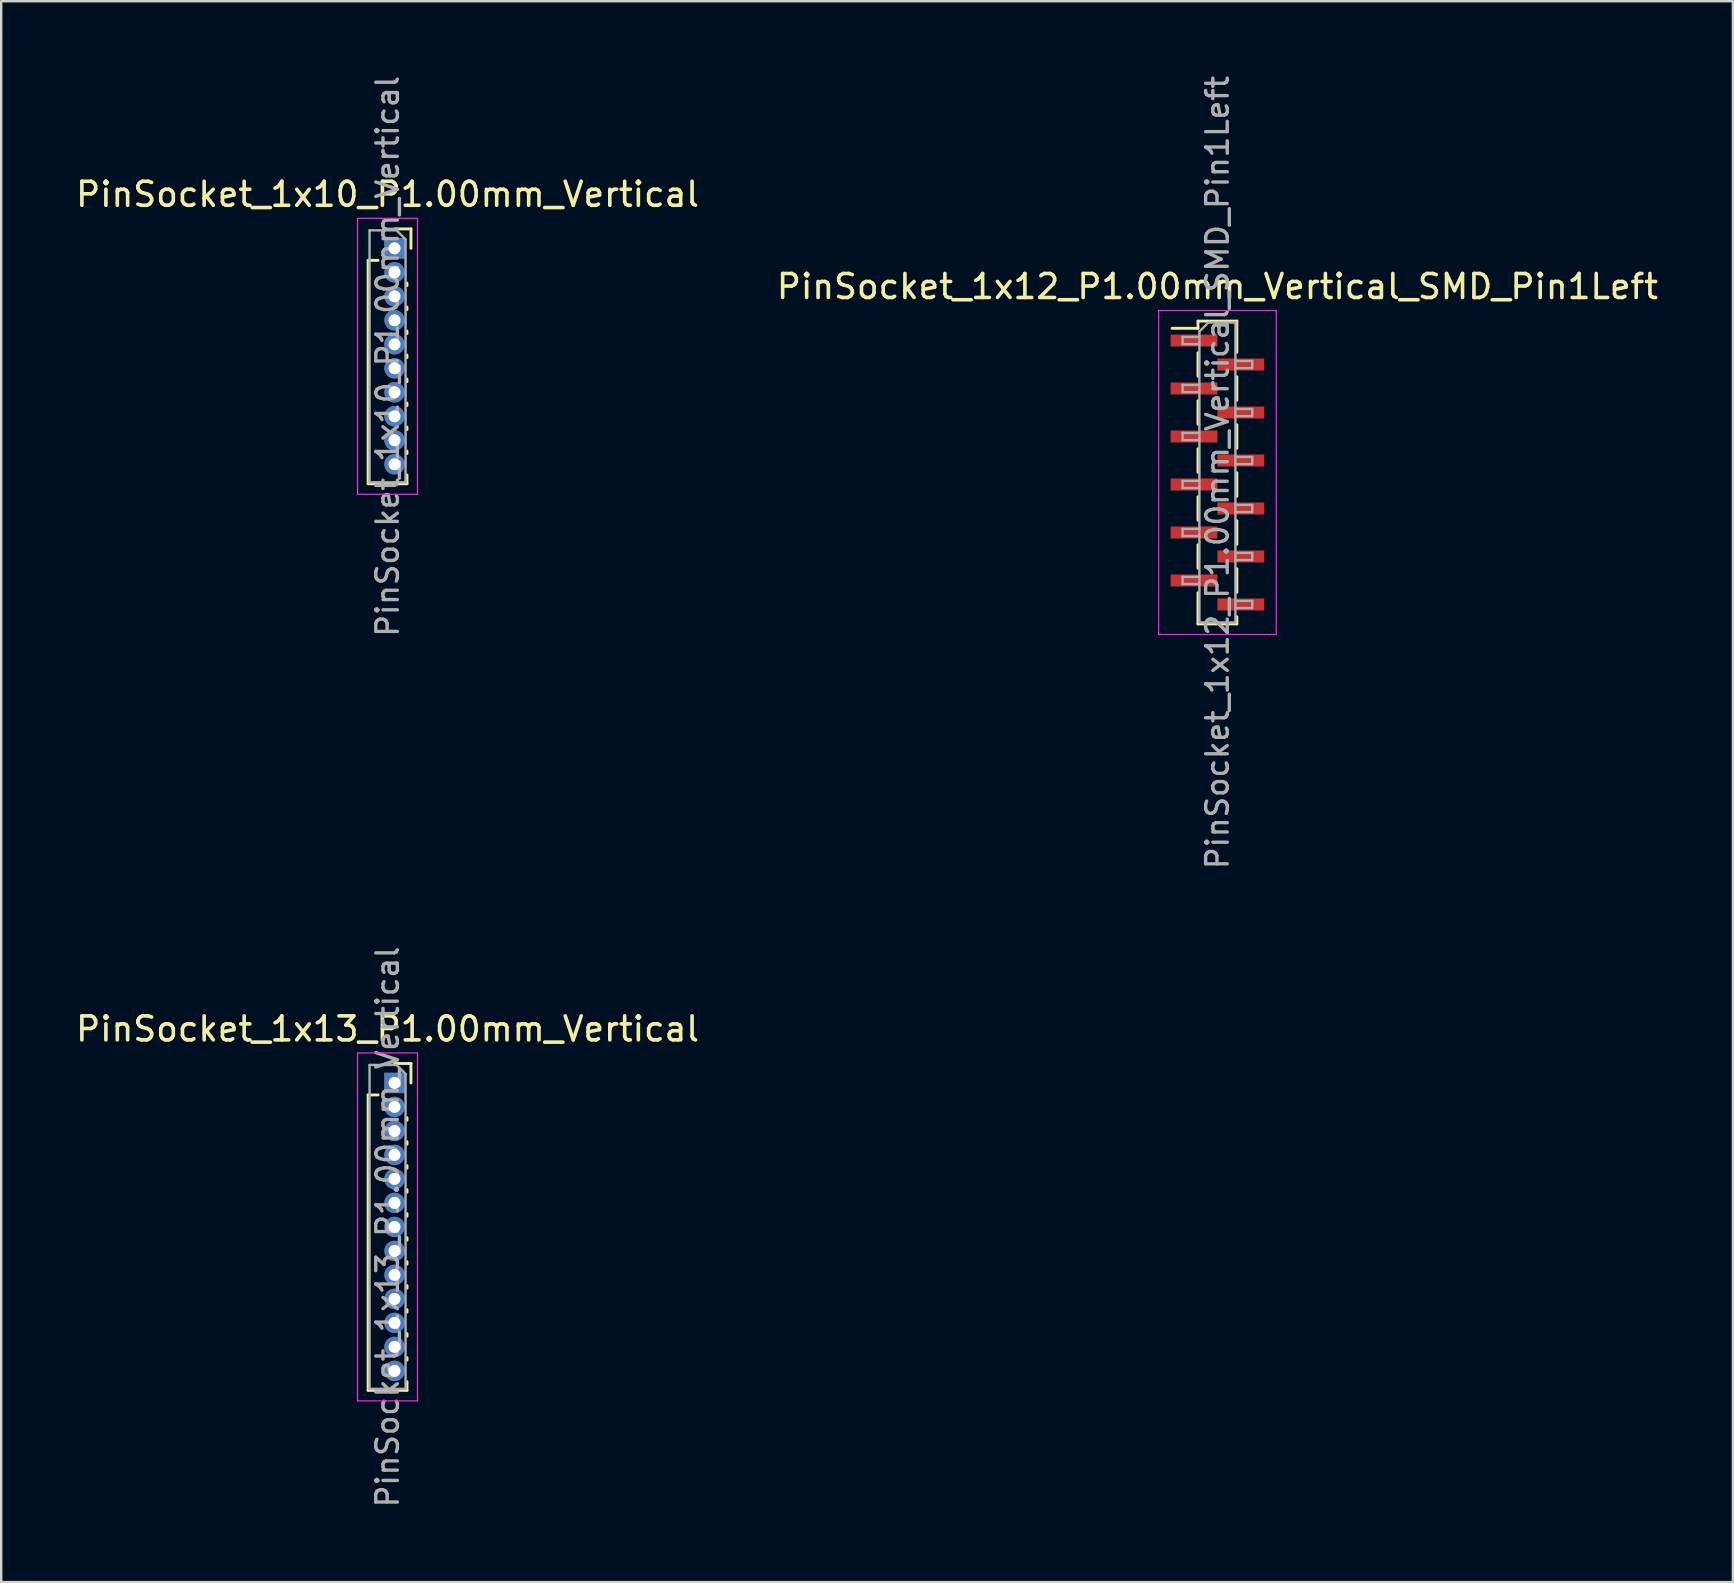
<source format=kicad_pcb>
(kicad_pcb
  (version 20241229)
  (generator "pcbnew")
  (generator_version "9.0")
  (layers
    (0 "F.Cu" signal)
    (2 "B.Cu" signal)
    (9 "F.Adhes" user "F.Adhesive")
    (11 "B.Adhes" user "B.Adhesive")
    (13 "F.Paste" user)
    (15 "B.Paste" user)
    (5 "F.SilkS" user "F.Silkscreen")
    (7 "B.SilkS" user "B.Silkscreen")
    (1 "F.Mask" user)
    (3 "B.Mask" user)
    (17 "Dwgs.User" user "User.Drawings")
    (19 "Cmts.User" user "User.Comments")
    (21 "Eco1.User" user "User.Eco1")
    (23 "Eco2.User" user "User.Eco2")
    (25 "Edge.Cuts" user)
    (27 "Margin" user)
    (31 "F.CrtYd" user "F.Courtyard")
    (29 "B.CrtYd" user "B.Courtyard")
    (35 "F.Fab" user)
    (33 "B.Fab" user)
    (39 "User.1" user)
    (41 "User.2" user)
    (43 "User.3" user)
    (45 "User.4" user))
  (footprint "PinSocket_1x12_P1.00mm_Vertical_SMD_Pin1Left"
    (layer "F.Cu")
    (at 47.685 16.641)
    (property "Reference" "PinSocket_1x12_P1.00mm_Vertical_SMD_Pin1Left" (at 0 -7.75 0) (layer "F.SilkS") (effects (font (size 1 1) (thickness 0.15))))
    (attr smd)
    (fp_line (start -1.89 -6.01) (end -0.81 -6.01) (stroke (width 0.12) (type solid)) (layer "F.SilkS"))
    (fp_line (start -0.81 -6.31) (end -0.81 -6.01) (stroke (width 0.12) (type solid)) (layer "F.SilkS"))
    (fp_line (start -0.81 -6.31) (end 0.81 -6.31) (stroke (width 0.12) (type solid)) (layer "F.SilkS"))
    (fp_line (start -0.81 -4.99) (end -0.81 -4.01) (stroke (width 0.12) (type solid)) (layer "F.SilkS"))
    (fp_line (start -0.81 -2.99) (end -0.81 -2.01) (stroke (width 0.12) (type solid)) (layer "F.SilkS"))
    (fp_line (start -0.81 -0.99) (end -0.81 -0.01) (stroke (width 0.12) (type solid)) (layer "F.SilkS"))
    (fp_line (start -0.81 1.01) (end -0.81 1.99) (stroke (width 0.12) (type solid)) (layer "F.SilkS"))
    (fp_line (start -0.81 3.01) (end -0.81 3.99) (stroke (width 0.12) (type solid)) (layer "F.SilkS"))
    (fp_line (start -0.81 5.01) (end -0.81 6.31) (stroke (width 0.12) (type solid)) (layer "F.SilkS"))
    (fp_line (start -0.81 6.31) (end 0.81 6.31) (stroke (width 0.12) (type solid)) (layer "F.SilkS"))
    (fp_line (start 0.81 -6.31) (end 0.81 -5.01) (stroke (width 0.12) (type solid)) (layer "F.SilkS"))
    (fp_line (start 0.81 -3.99) (end 0.81 -3.01) (stroke (width 0.12) (type solid)) (layer "F.SilkS"))
    (fp_line (start 0.81 -1.99) (end 0.81 -1.01) (stroke (width 0.12) (type solid)) (layer "F.SilkS"))
    (fp_line (start 0.81 0.01) (end 0.81 0.99) (stroke (width 0.12) (type solid)) (layer "F.SilkS"))
    (fp_line (start 0.81 2.01) (end 0.81 2.99) (stroke (width 0.12) (type solid)) (layer "F.SilkS"))
    (fp_line (start 0.81 4.01) (end 0.81 4.99) (stroke (width 0.12) (type solid)) (layer "F.SilkS"))
    (fp_line (start 0.81 6.01) (end 0.81 6.31) (stroke (width 0.12) (type solid)) (layer "F.SilkS"))
    (fp_line (start -2.45 -6.75) (end 2.45 -6.75) (stroke (width 0.05) (type solid)) (layer "F.CrtYd"))
    (fp_line (start -2.45 6.75) (end -2.45 -6.75) (stroke (width 0.05) (type solid)) (layer "F.CrtYd"))
    (fp_line (start 2.45 -6.75) (end 2.45 6.75) (stroke (width 0.05) (type solid)) (layer "F.CrtYd"))
    (fp_line (start 2.45 6.75) (end -2.45 6.75) (stroke (width 0.05) (type solid)) (layer "F.CrtYd"))
    (fp_line (start -1.45 -5.65) (end -0.75 -5.65) (stroke (width 0.1) (type solid)) (layer "F.Fab"))
    (fp_line (start -1.45 -5.35) (end -1.45 -5.65) (stroke (width 0.1) (type solid)) (layer "F.Fab"))
    (fp_line (start -1.45 -3.65) (end -0.75 -3.65) (stroke (width 0.1) (type solid)) (layer "F.Fab"))
    (fp_line (start -1.45 -3.35) (end -1.45 -3.65) (stroke (width 0.1) (type solid)) (layer "F.Fab"))
    (fp_line (start -1.45 -1.65) (end -0.75 -1.65) (stroke (width 0.1) (type solid)) (layer "F.Fab"))
    (fp_line (start -1.45 -1.35) (end -1.45 -1.65) (stroke (width 0.1) (type solid)) (layer "F.Fab"))
    (fp_line (start -1.45 0.35) (end -0.75 0.35) (stroke (width 0.1) (type solid)) (layer "F.Fab"))
    (fp_line (start -1.45 0.65) (end -1.45 0.35) (stroke (width 0.1) (type solid)) (layer "F.Fab"))
    (fp_line (start -1.45 2.35) (end -0.75 2.35) (stroke (width 0.1) (type solid)) (layer "F.Fab"))
    (fp_line (start -1.45 2.65) (end -1.45 2.35) (stroke (width 0.1) (type solid)) (layer "F.Fab"))
    (fp_line (start -1.45 4.35) (end -0.75 4.35) (stroke (width 0.1) (type solid)) (layer "F.Fab"))
    (fp_line (start -1.45 4.65) (end -1.45 4.35) (stroke (width 0.1) (type solid)) (layer "F.Fab"))
    (fp_line (start -0.75 -5.875) (end -0.375 -6.25) (stroke (width 0.1) (type solid)) (layer "F.Fab"))
    (fp_line (start -0.75 -5.35) (end -1.45 -5.35) (stroke (width 0.1) (type solid)) (layer "F.Fab"))
    (fp_line (start -0.75 -3.35) (end -1.45 -3.35) (stroke (width 0.1) (type solid)) (layer "F.Fab"))
    (fp_line (start -0.75 -1.35) (end -1.45 -1.35) (stroke (width 0.1) (type solid)) (layer "F.Fab"))
    (fp_line (start -0.75 0.65) (end -1.45 0.65) (stroke (width 0.1) (type solid)) (layer "F.Fab"))
    (fp_line (start -0.75 2.65) (end -1.45 2.65) (stroke (width 0.1) (type solid)) (layer "F.Fab"))
    (fp_line (start -0.75 4.65) (end -1.45 4.65) (stroke (width 0.1) (type solid)) (layer "F.Fab"))
    (fp_line (start -0.75 6.25) (end -0.75 -5.875) (stroke (width 0.1) (type solid)) (layer "F.Fab"))
    (fp_line (start -0.375 -6.25) (end 0.75 -6.25) (stroke (width 0.1) (type solid)) (layer "F.Fab"))
    (fp_line (start 0.75 -6.25) (end 0.75 6.25) (stroke (width 0.1) (type solid)) (layer "F.Fab"))
    (fp_line (start 0.75 -4.65) (end 1.45 -4.65) (stroke (width 0.1) (type solid)) (layer "F.Fab"))
    (fp_line (start 0.75 -2.65) (end 1.45 -2.65) (stroke (width 0.1) (type solid)) (layer "F.Fab"))
    (fp_line (start 0.75 -0.65) (end 1.45 -0.65) (stroke (width 0.1) (type solid)) (layer "F.Fab"))
    (fp_line (start 0.75 1.35) (end 1.45 1.35) (stroke (width 0.1) (type solid)) (layer "F.Fab"))
    (fp_line (start 0.75 3.35) (end 1.45 3.35) (stroke (width 0.1) (type solid)) (layer "F.Fab"))
    (fp_line (start 0.75 5.35) (end 1.45 5.35) (stroke (width 0.1) (type solid)) (layer "F.Fab"))
    (fp_line (start 0.75 6.25) (end -0.75 6.25) (stroke (width 0.1) (type solid)) (layer "F.Fab"))
    (fp_line (start 1.45 -4.65) (end 1.45 -4.35) (stroke (width 0.1) (type solid)) (layer "F.Fab"))
    (fp_line (start 1.45 -4.35) (end 0.75 -4.35) (stroke (width 0.1) (type solid)) (layer "F.Fab"))
    (fp_line (start 1.45 -2.65) (end 1.45 -2.35) (stroke (width 0.1) (type solid)) (layer "F.Fab"))
    (fp_line (start 1.45 -2.35) (end 0.75 -2.35) (stroke (width 0.1) (type solid)) (layer "F.Fab"))
    (fp_line (start 1.45 -0.65) (end 1.45 -0.35) (stroke (width 0.1) (type solid)) (layer "F.Fab"))
    (fp_line (start 1.45 -0.35) (end 0.75 -0.35) (stroke (width 0.1) (type solid)) (layer "F.Fab"))
    (fp_line (start 1.45 1.35) (end 1.45 1.65) (stroke (width 0.1) (type solid)) (layer "F.Fab"))
    (fp_line (start 1.45 1.65) (end 0.75 1.65) (stroke (width 0.1) (type solid)) (layer "F.Fab"))
    (fp_line (start 1.45 3.35) (end 1.45 3.65) (stroke (width 0.1) (type solid)) (layer "F.Fab"))
    (fp_line (start 1.45 3.65) (end 0.75 3.65) (stroke (width 0.1) (type solid)) (layer "F.Fab"))
    (fp_line (start 1.45 5.35) (end 1.45 5.65) (stroke (width 0.1) (type solid)) (layer "F.Fab"))
    (fp_line (start 1.45 5.65) (end 0.75 5.65) (stroke (width 0.1) (type solid)) (layer "F.Fab"))
    (fp_text user "${REFERENCE}" (at 0 0 90) (layer "F.Fab") (effects (font (size 0.9 0.9) (thickness 0.14))))
    (pad "1" smd rect (at -0.975 -5.5) (size 1.95 0.5) (layers "F.Cu" "F.Mask" "F.Paste"))
    (pad "2" smd rect (at 0.975 -4.5) (size 1.95 0.5) (layers "F.Cu" "F.Mask" "F.Paste"))
    (pad "3" smd rect (at -0.975 -3.5) (size 1.95 0.5) (layers "F.Cu" "F.Mask" "F.Paste"))
    (pad "4" smd rect (at 0.975 -2.5) (size 1.95 0.5) (layers "F.Cu" "F.Mask" "F.Paste"))
    (pad "5" smd rect (at -0.975 -1.5) (size 1.95 0.5) (layers "F.Cu" "F.Mask" "F.Paste"))
    (pad "6" smd rect (at 0.975 -0.5) (size 1.95 0.5) (layers "F.Cu" "F.Mask" "F.Paste"))
    (pad "7" smd rect (at -0.975 0.5) (size 1.95 0.5) (layers "F.Cu" "F.Mask" "F.Paste"))
    (pad "8" smd rect (at 0.975 1.5) (size 1.95 0.5) (layers "F.Cu" "F.Mask" "F.Paste"))
    (pad "9" smd rect (at -0.975 2.5) (size 1.95 0.5) (layers "F.Cu" "F.Mask" "F.Paste"))
    (pad "10" smd rect (at 0.975 3.5) (size 1.95 0.5) (layers "F.Cu" "F.Mask" "F.Paste"))
    (pad "11" smd rect (at -0.975 4.5) (size 1.95 0.5) (layers "F.Cu" "F.Mask" "F.Paste"))
    (pad "12" smd rect (at 0.975 5.5) (size 1.95 0.5) (layers "F.Cu" "F.Mask" "F.Paste")))
  (footprint "PinSocket_1x13_P1.00mm_Vertical"
    (layer "F.Cu")
    (at 13.391 42.081)
    (property "Reference" "PinSocket_1x13_P1.00mm_Vertical" (at -0.29 -2.25 0) (layer "F.SilkS") (effects (font (size 1 1) (thickness 0.15))))
    (attr through_hole)
    (fp_line (start -1.1 0.5) (end -1.1 12.81) (stroke (width 0.12) (type solid)) (layer "F.SilkS"))
    (fp_line (start -1.1 0.5) (end -0.685 0.5) (stroke (width 0.12) (type solid)) (layer "F.SilkS"))
    (fp_line (start -1.1 12.81) (end 0.52 12.81) (stroke (width 0.12) (type solid)) (layer "F.SilkS"))
    (fp_line (start 0 -0.81) (end 0.685 -0.81) (stroke (width 0.12) (type solid)) (layer "F.SilkS"))
    (fp_line (start 0.52 1.446) (end 0.52 1.554) (stroke (width 0.12) (type solid)) (layer "F.SilkS"))
    (fp_line (start 0.52 2.446) (end 0.52 2.554) (stroke (width 0.12) (type solid)) (layer "F.SilkS"))
    (fp_line (start 0.52 3.446) (end 0.52 3.554) (stroke (width 0.12) (type solid)) (layer "F.SilkS"))
    (fp_line (start 0.52 4.446) (end 0.52 4.554) (stroke (width 0.12) (type solid)) (layer "F.SilkS"))
    (fp_line (start 0.52 5.446) (end 0.52 5.554) (stroke (width 0.12) (type solid)) (layer "F.SilkS"))
    (fp_line (start 0.52 6.446) (end 0.52 6.554) (stroke (width 0.12) (type solid)) (layer "F.SilkS"))
    (fp_line (start 0.52 7.446) (end 0.52 7.554) (stroke (width 0.12) (type solid)) (layer "F.SilkS"))
    (fp_line (start 0.52 8.446) (end 0.52 8.554) (stroke (width 0.12) (type solid)) (layer "F.SilkS"))
    (fp_line (start 0.52 9.446) (end 0.52 9.554) (stroke (width 0.12) (type solid)) (layer "F.SilkS"))
    (fp_line (start 0.52 10.446) (end 0.52 10.554) (stroke (width 0.12) (type solid)) (layer "F.SilkS"))
    (fp_line (start 0.52 11.446) (end 0.52 11.554) (stroke (width 0.12) (type solid)) (layer "F.SilkS"))
    (fp_line (start 0.52 12.446) (end 0.52 12.81) (stroke (width 0.12) (type solid)) (layer "F.SilkS"))
    (fp_line (start 0.685 -0.81) (end 0.685 0) (stroke (width 0.12) (type solid)) (layer "F.SilkS"))
    (fp_line (start -1.54 -1.25) (end 0.96 -1.25) (stroke (width 0.05) (type solid)) (layer "F.CrtYd"))
    (fp_line (start -1.54 13.25) (end -1.54 -1.25) (stroke (width 0.05) (type solid)) (layer "F.CrtYd"))
    (fp_line (start 0.96 -1.25) (end 0.96 13.25) (stroke (width 0.05) (type solid)) (layer "F.CrtYd"))
    (fp_line (start 0.96 13.25) (end -1.54 13.25) (stroke (width 0.05) (type solid)) (layer "F.CrtYd"))
    (fp_line (start -1.04 -0.75) (end 0.085 -0.75) (stroke (width 0.1) (type solid)) (layer "F.Fab"))
    (fp_line (start -1.04 12.75) (end -1.04 -0.75) (stroke (width 0.1) (type solid)) (layer "F.Fab"))
    (fp_line (start 0.085 -0.75) (end 0.46 -0.375) (stroke (width 0.1) (type solid)) (layer "F.Fab"))
    (fp_line (start 0.46 -0.375) (end 0.46 12.75) (stroke (width 0.1) (type solid)) (layer "F.Fab"))
    (fp_line (start 0.46 12.75) (end -1.04 12.75) (stroke (width 0.1) (type solid)) (layer "F.Fab"))
    (fp_text user "${REFERENCE}" (at -0.29 6 90) (layer "F.Fab") (effects (font (size 0.9 0.9) (thickness 0.14))))
    (pad "1" thru_hole rect (at 0 0) (size 0.85 0.85) (drill 0.5) (layers "*.Cu" "*.Mask"))
    (pad "2" thru_hole oval (at 0 1) (size 0.85 0.85) (drill 0.5) (layers "*.Cu" "*.Mask"))
    (pad "3" thru_hole oval (at 0 2) (size 0.85 0.85) (drill 0.5) (layers "*.Cu" "*.Mask"))
    (pad "4" thru_hole oval (at 0 3) (size 0.85 0.85) (drill 0.5) (layers "*.Cu" "*.Mask"))
    (pad "5" thru_hole oval (at 0 4) (size 0.85 0.85) (drill 0.5) (layers "*.Cu" "*.Mask"))
    (pad "6" thru_hole oval (at 0 5) (size 0.85 0.85) (drill 0.5) (layers "*.Cu" "*.Mask"))
    (pad "7" thru_hole oval (at 0 6) (size 0.85 0.85) (drill 0.5) (layers "*.Cu" "*.Mask"))
    (pad "8" thru_hole oval (at 0 7) (size 0.85 0.85) (drill 0.5) (layers "*.Cu" "*.Mask"))
    (pad "9" thru_hole oval (at 0 8) (size 0.85 0.85) (drill 0.5) (layers "*.Cu" "*.Mask"))
    (pad "10" thru_hole oval (at 0 9) (size 0.85 0.85) (drill 0.5) (layers "*.Cu" "*.Mask"))
    (pad "11" thru_hole oval (at 0 10) (size 0.85 0.85) (drill 0.5) (layers "*.Cu" "*.Mask"))
    (pad "12" thru_hole oval (at 0 11) (size 0.85 0.85) (drill 0.5) (layers "*.Cu" "*.Mask"))
    (pad "13" thru_hole oval (at 0 12) (size 0.85 0.85) (drill 0.5) (layers "*.Cu" "*.Mask")))
  (footprint "PinSocket_1x10_P1.00mm_Vertical"
    (layer "F.Cu")
    (at 13.391 7.299)
    (property "Reference" "PinSocket_1x10_P1.00mm_Vertical" (at -0.29 -2.25 0) (layer "F.SilkS") (effects (font (size 1 1) (thickness 0.15))))
    (attr through_hole)
    (fp_line (start -1.1 0.5) (end -1.1 9.81) (stroke (width 0.12) (type solid)) (layer "F.SilkS"))
    (fp_line (start -1.1 0.5) (end -0.685 0.5) (stroke (width 0.12) (type solid)) (layer "F.SilkS"))
    (fp_line (start -1.1 9.81) (end 0.52 9.81) (stroke (width 0.12) (type solid)) (layer "F.SilkS"))
    (fp_line (start 0 -0.81) (end 0.685 -0.81) (stroke (width 0.12) (type solid)) (layer "F.SilkS"))
    (fp_line (start 0.52 1.446) (end 0.52 1.554) (stroke (width 0.12) (type solid)) (layer "F.SilkS"))
    (fp_line (start 0.52 2.446) (end 0.52 2.554) (stroke (width 0.12) (type solid)) (layer "F.SilkS"))
    (fp_line (start 0.52 3.446) (end 0.52 3.554) (stroke (width 0.12) (type solid)) (layer "F.SilkS"))
    (fp_line (start 0.52 4.446) (end 0.52 4.554) (stroke (width 0.12) (type solid)) (layer "F.SilkS"))
    (fp_line (start 0.52 5.446) (end 0.52 5.554) (stroke (width 0.12) (type solid)) (layer "F.SilkS"))
    (fp_line (start 0.52 6.446) (end 0.52 6.554) (stroke (width 0.12) (type solid)) (layer "F.SilkS"))
    (fp_line (start 0.52 7.446) (end 0.52 7.554) (stroke (width 0.12) (type solid)) (layer "F.SilkS"))
    (fp_line (start 0.52 8.446) (end 0.52 8.554) (stroke (width 0.12) (type solid)) (layer "F.SilkS"))
    (fp_line (start 0.52 9.446) (end 0.52 9.81) (stroke (width 0.12) (type solid)) (layer "F.SilkS"))
    (fp_line (start 0.685 -0.81) (end 0.685 0) (stroke (width 0.12) (type solid)) (layer "F.SilkS"))
    (fp_line (start -1.54 -1.25) (end 0.96 -1.25) (stroke (width 0.05) (type solid)) (layer "F.CrtYd"))
    (fp_line (start -1.54 10.25) (end -1.54 -1.25) (stroke (width 0.05) (type solid)) (layer "F.CrtYd"))
    (fp_line (start 0.96 -1.25) (end 0.96 10.25) (stroke (width 0.05) (type solid)) (layer "F.CrtYd"))
    (fp_line (start 0.96 10.25) (end -1.54 10.25) (stroke (width 0.05) (type solid)) (layer "F.CrtYd"))
    (fp_line (start -1.04 -0.75) (end 0.085 -0.75) (stroke (width 0.1) (type solid)) (layer "F.Fab"))
    (fp_line (start -1.04 9.75) (end -1.04 -0.75) (stroke (width 0.1) (type solid)) (layer "F.Fab"))
    (fp_line (start 0.085 -0.75) (end 0.46 -0.375) (stroke (width 0.1) (type solid)) (layer "F.Fab"))
    (fp_line (start 0.46 -0.375) (end 0.46 9.75) (stroke (width 0.1) (type solid)) (layer "F.Fab"))
    (fp_line (start 0.46 9.75) (end -1.04 9.75) (stroke (width 0.1) (type solid)) (layer "F.Fab"))
    (fp_text user "${REFERENCE}" (at -0.29 4.5 90) (layer "F.Fab") (effects (font (size 0.9 0.9) (thickness 0.14))))
    (pad "1" thru_hole rect (at 0 0) (size 0.85 0.85) (drill 0.5) (layers "*.Cu" "*.Mask"))
    (pad "2" thru_hole oval (at 0 1) (size 0.85 0.85) (drill 0.5) (layers "*.Cu" "*.Mask"))
    (pad "3" thru_hole oval (at 0 2) (size 0.85 0.85) (drill 0.5) (layers "*.Cu" "*.Mask"))
    (pad "4" thru_hole oval (at 0 3) (size 0.85 0.85) (drill 0.5) (layers "*.Cu" "*.Mask"))
    (pad "5" thru_hole oval (at 0 4) (size 0.85 0.85) (drill 0.5) (layers "*.Cu" "*.Mask"))
    (pad "6" thru_hole oval (at 0 5) (size 0.85 0.85) (drill 0.5) (layers "*.Cu" "*.Mask"))
    (pad "7" thru_hole oval (at 0 6) (size 0.85 0.85) (drill 0.5) (layers "*.Cu" "*.Mask"))
    (pad "8" thru_hole oval (at 0 7) (size 0.85 0.85) (drill 0.5) (layers "*.Cu" "*.Mask"))
    (pad "9" thru_hole oval (at 0 8) (size 0.85 0.85) (drill 0.5) (layers "*.Cu" "*.Mask"))
    (pad "10" thru_hole oval (at 0 9) (size 0.85 0.85) (drill 0.5) (layers "*.Cu" "*.Mask")))
  (gr_rect
    (start -3 -3)
    (end 69.167 62.88)
    (stroke (width 0.1) (type default))
    (fill no)
    (layer "Edge.Cuts")))
</source>
